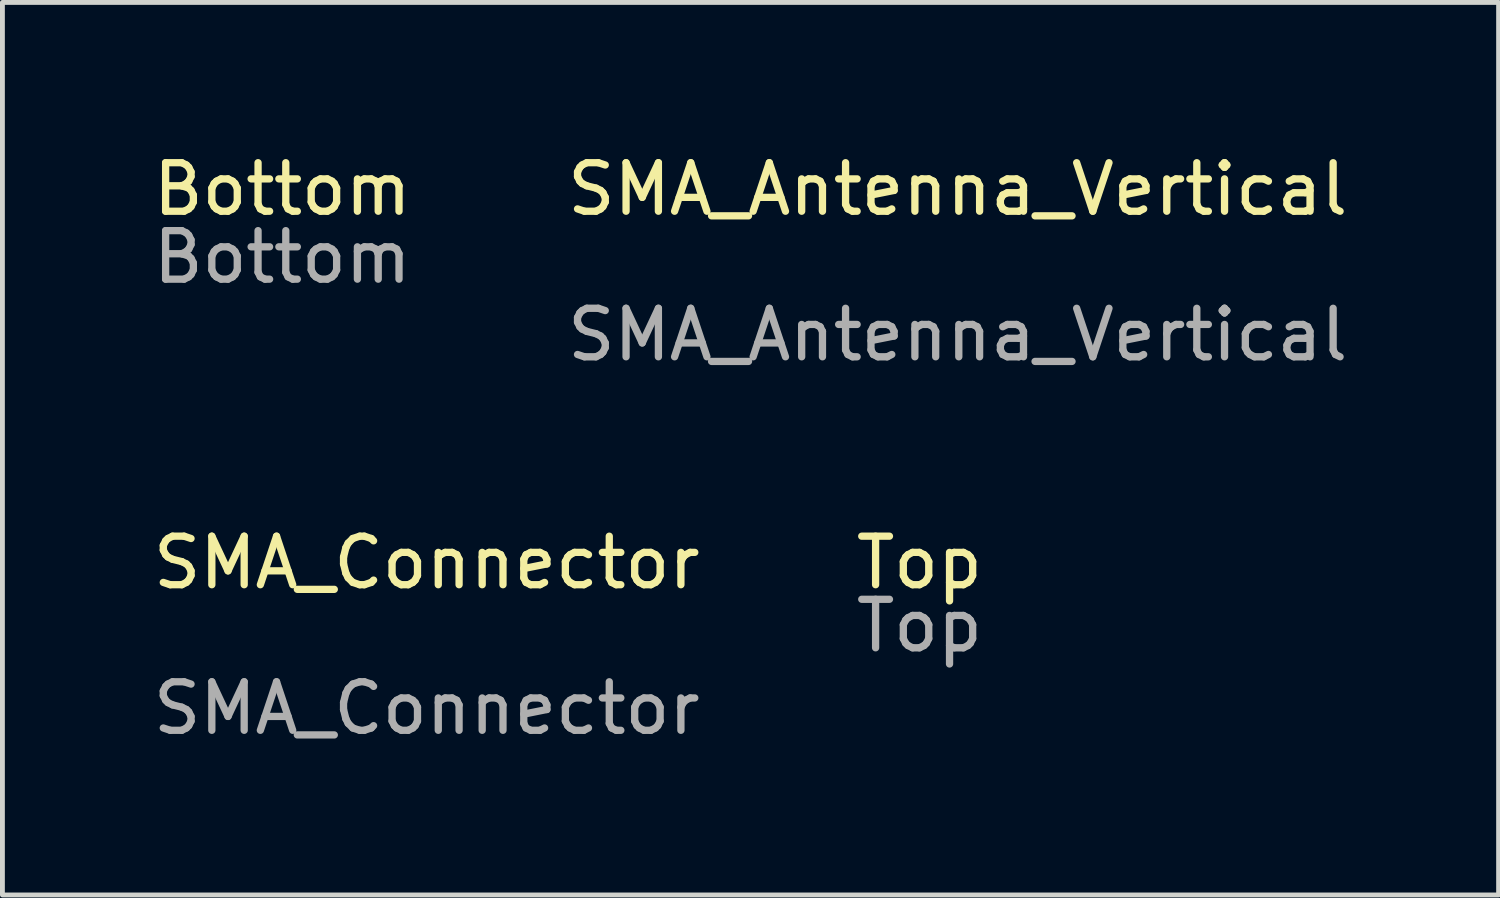
<source format=kicad_pcb>
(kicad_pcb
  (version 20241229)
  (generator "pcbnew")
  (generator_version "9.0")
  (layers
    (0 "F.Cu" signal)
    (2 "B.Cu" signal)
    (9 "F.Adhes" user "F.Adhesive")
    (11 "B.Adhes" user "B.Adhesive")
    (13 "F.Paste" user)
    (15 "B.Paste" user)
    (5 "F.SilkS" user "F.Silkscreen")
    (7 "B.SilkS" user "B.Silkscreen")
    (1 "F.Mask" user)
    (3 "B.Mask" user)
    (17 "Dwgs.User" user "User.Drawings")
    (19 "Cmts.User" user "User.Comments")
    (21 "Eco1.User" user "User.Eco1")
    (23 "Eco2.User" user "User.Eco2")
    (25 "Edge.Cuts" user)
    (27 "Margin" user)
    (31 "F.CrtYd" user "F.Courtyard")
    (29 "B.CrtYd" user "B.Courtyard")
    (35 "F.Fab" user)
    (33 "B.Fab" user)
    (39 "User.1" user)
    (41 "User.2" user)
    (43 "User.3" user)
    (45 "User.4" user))
  (footprint "Bottom"
    (layer "F.Cu")
    (at 2.768 1.348)
    (property "Reference" "Bottom" (at 0 -0.5 0) (unlocked yes) (layer "F.SilkS") (effects (font (size 1 1) (thickness 0.15))))
    (attr board_only exclude_from_pos_files exclude_from_bom)
    (fp_text user "${REFERENCE}" (at 0 0.9 0) (unlocked yes) (layer "F.Fab") (effects (font (size 1 1) (thickness 0.15)))))
  (footprint "SMA_Connector"
    (layer "F.Cu")
    (at 5.744 9.045)
    (property "Reference" "SMA_Connector" (at 0 -0.5 0) (unlocked yes) (layer "F.SilkS") (effects (font (size 1 1) (thickness 0.15))))
    (fp_text user "SMA_Connector" (at 0 2.5 0) (unlocked yes) (layer "F.Fab") (effects (font (size 1 1) (thickness 0.15)))))
  (footprint "SMA_Antenna_Vertical"
    (layer "F.Cu")
    (at 16.685 1.348)
    (property "Reference" "SMA_Antenna_Vertical" (at 0 -0.5 0) (unlocked yes) (layer "F.SilkS") (effects (font (size 1 1) (thickness 0.15))))
    (attr board_only exclude_from_pos_files exclude_from_bom)
    (fp_text user "SMA_Antenna_Vertical" (at 0 2.5 0) (unlocked yes) (layer "F.Fab") (effects (font (size 1 1) (thickness 0.15)))))
  (footprint "Top"
    (layer "F.Cu")
    (at 15.899 9.045)
    (property "Reference" "Top" (at 0 -0.5 0) (unlocked yes) (layer "F.SilkS") (effects (font (size 1 1) (thickness 0.15))))
    (attr board_only exclude_from_pos_files exclude_from_bom)
    (fp_text user "${REFERENCE}" (at 0 0.8 0) (unlocked yes) (layer "F.Fab") (effects (font (size 1 1) (thickness 0.15)))))
  (gr_rect
    (start -3 -3)
    (end 27.833 15.393)
    (stroke (width 0.1) (type default))
    (fill no)
    (layer "Edge.Cuts")))
</source>
